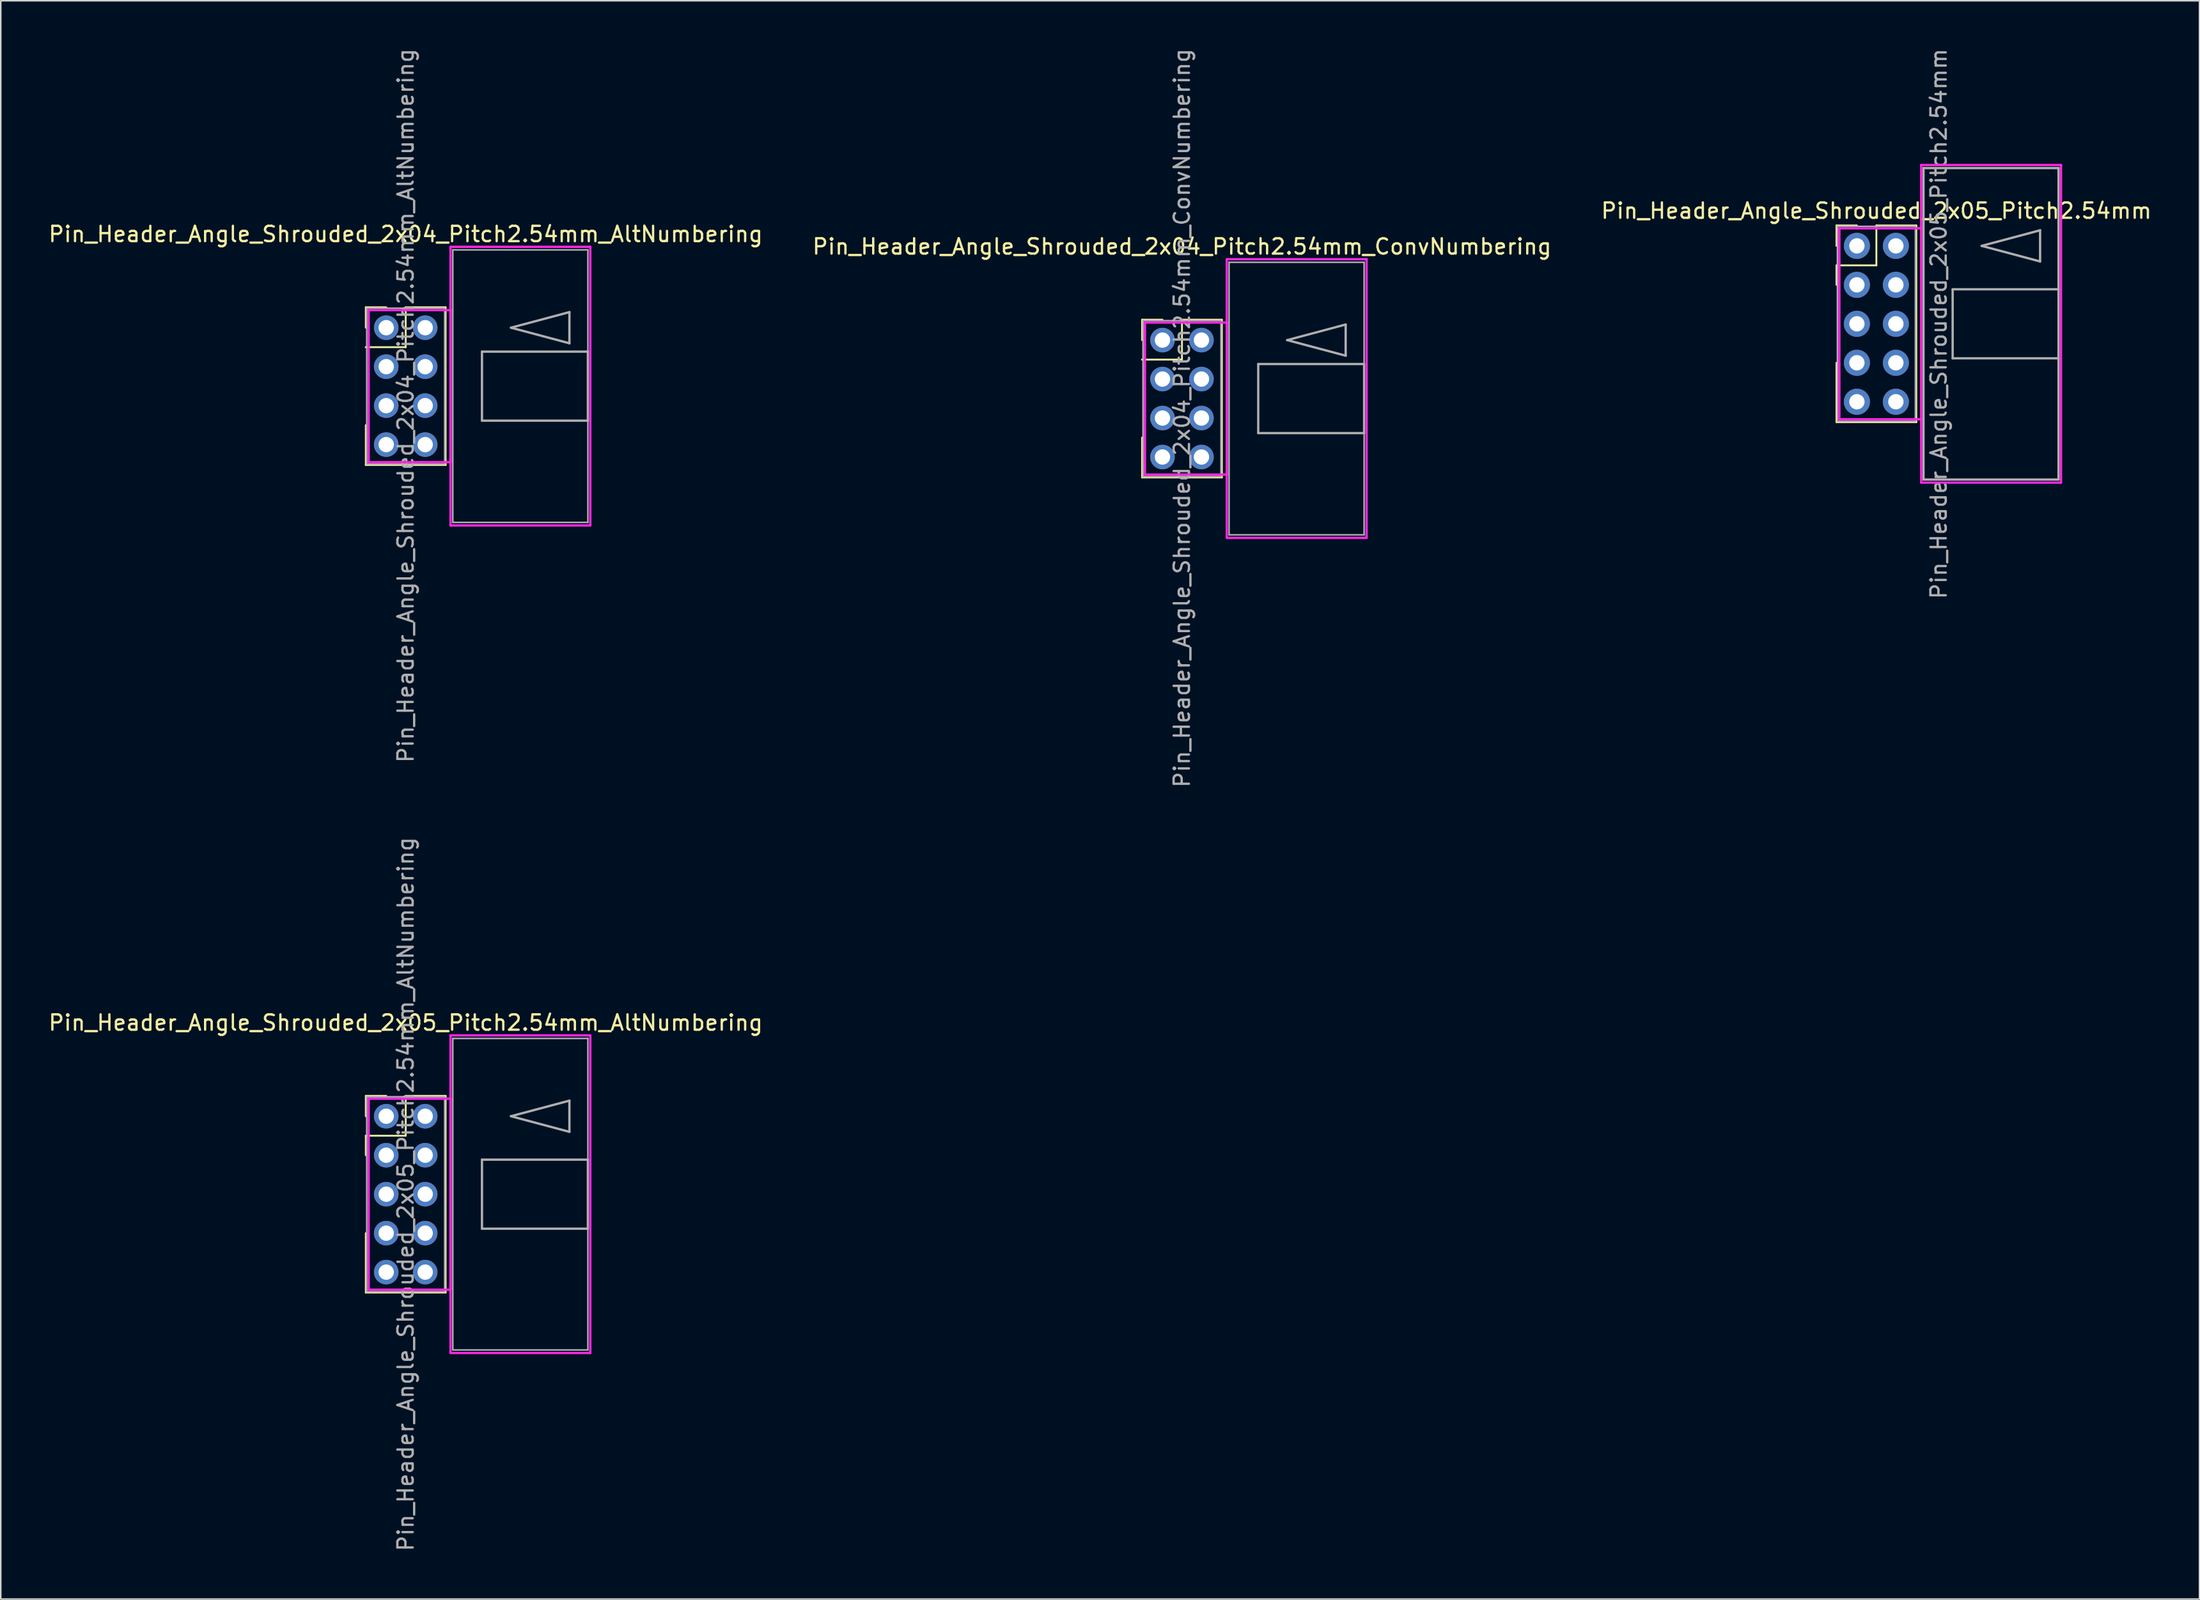
<source format=kicad_pcb>
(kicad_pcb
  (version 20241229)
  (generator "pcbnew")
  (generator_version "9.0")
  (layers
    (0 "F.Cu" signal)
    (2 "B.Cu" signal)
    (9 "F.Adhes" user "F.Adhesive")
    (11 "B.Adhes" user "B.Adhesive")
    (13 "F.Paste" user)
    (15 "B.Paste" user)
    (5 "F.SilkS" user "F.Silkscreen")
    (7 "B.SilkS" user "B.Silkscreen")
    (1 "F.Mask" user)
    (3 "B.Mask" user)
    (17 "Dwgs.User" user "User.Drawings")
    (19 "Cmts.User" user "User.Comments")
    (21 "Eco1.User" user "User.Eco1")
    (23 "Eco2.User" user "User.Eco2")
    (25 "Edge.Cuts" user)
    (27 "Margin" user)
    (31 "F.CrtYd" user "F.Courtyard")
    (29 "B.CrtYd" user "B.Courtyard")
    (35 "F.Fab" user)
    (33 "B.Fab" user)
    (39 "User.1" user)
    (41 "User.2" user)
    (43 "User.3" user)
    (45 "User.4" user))
  (footprint "Pin_Header_Angle_Shrouded_2x04_Pitch2.54mm_AltNumbering"
    (layer "F.Cu")
    (at 22.117 18.307)
    (property "Reference" "Pin_Header_Angle_Shrouded_2x04_Pitch2.54mm_AltNumbering" (at 1.27 -6.096 0) (layer "F.SilkS") (effects (font (size 1 1) (thickness 0.15))))
    (attr through_hole)
    (fp_line (start -1.33 -1.33) (end 0 -1.33) (stroke (width 0.12) (type solid)) (layer "F.SilkS"))
    (fp_line (start -1.33 0) (end -1.33 -1.33) (stroke (width 0.12) (type solid)) (layer "F.SilkS"))
    (fp_line (start -1.33 1.27) (end -1.33 1.27) (stroke (width 0.12) (type solid)) (layer "F.SilkS"))
    (fp_line (start -1.33 1.27) (end 1.27 1.27) (stroke (width 0.12) (type solid)) (layer "F.SilkS"))
    (fp_line (start -1.33 6.35) (end -1.33 8.95) (stroke (width 0.12) (type solid)) (layer "F.SilkS"))
    (fp_line (start -1.33 8.95) (end 3.87 8.95) (stroke (width 0.12) (type solid)) (layer "F.SilkS"))
    (fp_line (start 1.27 -1.33) (end 3.87 -1.33) (stroke (width 0.12) (type solid)) (layer "F.SilkS"))
    (fp_line (start 1.27 1.27) (end 1.27 -1.33) (stroke (width 0.12) (type solid)) (layer "F.SilkS"))
    (fp_line (start 3.87 -1.33) (end 3.87 8.95) (stroke (width 0.12) (type solid)) (layer "F.SilkS"))
    (fp_line (start -1.143 -1.143) (end -1.143 8.763) (stroke (width 0.15) (type solid)) (layer "F.CrtYd"))
    (fp_line (start -1.143 8.763) (end 4.19 8.763) (stroke (width 0.15) (type solid)) (layer "F.CrtYd"))
    (fp_line (start 4.19 -5.27) (end 4.19 12.89) (stroke (width 0.15) (type solid)) (layer "F.CrtYd"))
    (fp_line (start 4.19 -1.143) (end -1.143 -1.143) (stroke (width 0.15) (type solid)) (layer "F.CrtYd"))
    (fp_line (start 4.19 8.763) (end 4.19 -1.143) (stroke (width 0.15) (type solid)) (layer "F.CrtYd"))
    (fp_line (start 4.19 12.89) (end 13.3 12.89) (stroke (width 0.15) (type solid)) (layer "F.CrtYd"))
    (fp_line (start 13.3 -5.27) (end 4.19 -5.27) (stroke (width 0.15) (type solid)) (layer "F.CrtYd"))
    (fp_line (start 13.3 12.89) (end 13.3 -5.27) (stroke (width 0.15) (type solid)) (layer "F.CrtYd"))
    (fp_line (start -1.27 -1.27) (end -1.27 8.89) (stroke (width 0.1) (type solid)) (layer "F.Fab"))
    (fp_line (start -1.27 8.89) (end 3.81 8.89) (stroke (width 0.1) (type solid)) (layer "F.Fab"))
    (fp_line (start 3.81 -1.27) (end -1.27 -1.27) (stroke (width 0.1) (type solid)) (layer "F.Fab"))
    (fp_line (start 3.81 8.89) (end 3.81 -1.27) (stroke (width 0.1) (type solid)) (layer "F.Fab"))
    (fp_line (start 4.34 -5.07) (end 4.34 12.69) (stroke (width 0.1) (type solid)) (layer "F.Fab"))
    (fp_line (start 4.34 12.69) (end 13.14 12.69) (stroke (width 0.1) (type solid)) (layer "F.Fab"))
    (fp_line (start 6.24 1.56) (end 6.24 6.06) (stroke (width 0.15) (type solid)) (layer "F.Fab"))
    (fp_line (start 6.24 6.06) (end 13.14 6.06) (stroke (width 0.15) (type solid)) (layer "F.Fab"))
    (fp_line (start 8.128 0) (end 11.938 -1.016) (stroke (width 0.15) (type solid)) (layer "F.Fab"))
    (fp_line (start 11.938 -1.016) (end 11.938 1.016) (stroke (width 0.15) (type solid)) (layer "F.Fab"))
    (fp_line (start 11.938 1.016) (end 8.128 0) (stroke (width 0.15) (type solid)) (layer "F.Fab"))
    (fp_line (start 13.14 -5.07) (end 4.34 -5.07) (stroke (width 0.1) (type solid)) (layer "F.Fab"))
    (fp_line (start 13.14 1.56) (end 6.24 1.56) (stroke (width 0.15) (type solid)) (layer "F.Fab"))
    (fp_line (start 13.14 6.06) (end 13.14 1.56) (stroke (width 0.15) (type solid)) (layer "F.Fab"))
    (fp_line (start 13.14 12.69) (end 13.14 -5.07) (stroke (width 0.1) (type solid)) (layer "F.Fab"))
    (fp_text user "${REFERENCE}" (at 1.27 5.08 90) (layer "F.Fab") (effects (font (size 1 1) (thickness 0.15))))
    (pad "1" thru_hole oval (at 0 0) (size 1.6 1.6) (drill 1) (layers "*.Cu" "*.Mask"))
    (pad "2" thru_hole oval (at 0 2.54) (size 1.6 1.6) (drill 1) (layers "*.Cu" "*.Mask"))
    (pad "3" thru_hole oval (at 0 5.08) (size 1.6 1.6) (drill 1) (layers "*.Cu" "*.Mask"))
    (pad "4" thru_hole oval (at 0 7.62) (size 1.6 1.6) (drill 1) (layers "*.Cu" "*.Mask"))
    (pad "5" thru_hole oval (at 2.54 0) (size 1.6 1.6) (drill 1) (layers "*.Cu" "*.Mask"))
    (pad "6" thru_hole oval (at 2.54 2.54) (size 1.6 1.6) (drill 1) (layers "*.Cu" "*.Mask"))
    (pad "7" thru_hole oval (at 2.54 5.08) (size 1.6 1.6) (drill 1) (layers "*.Cu" "*.Mask"))
    (pad "8" thru_hole oval (at 2.54 7.62) (size 1.6 1.6) (drill 1) (layers "*.Cu" "*.Mask")))
  (footprint "Pin_Header_Angle_Shrouded_2x05_Pitch2.54mm_AltNumbering"
    (layer "F.Cu")
    (at 22.117 69.7)
    (property "Reference" "Pin_Header_Angle_Shrouded_2x05_Pitch2.54mm_AltNumbering" (at 1.27 -6.096 0) (layer "F.SilkS") (effects (font (size 1 1) (thickness 0.15))))
    (attr through_hole)
    (fp_line (start -1.33 -1.33) (end 0 -1.33) (stroke (width 0.12) (type solid)) (layer "F.SilkS"))
    (fp_line (start -1.33 0) (end -1.33 -1.33) (stroke (width 0.12) (type solid)) (layer "F.SilkS"))
    (fp_line (start -1.33 1.27) (end -1.33 2.54) (stroke (width 0.12) (type solid)) (layer "F.SilkS"))
    (fp_line (start -1.33 1.27) (end 1.27 1.27) (stroke (width 0.12) (type solid)) (layer "F.SilkS"))
    (fp_line (start -1.33 7.62) (end -1.33 11.49) (stroke (width 0.12) (type solid)) (layer "F.SilkS"))
    (fp_line (start -1.33 11.49) (end 3.87 11.49) (stroke (width 0.12) (type solid)) (layer "F.SilkS"))
    (fp_line (start 1.27 -1.33) (end 3.87 -1.33) (stroke (width 0.12) (type solid)) (layer "F.SilkS"))
    (fp_line (start 1.27 1.27) (end 1.27 -1.33) (stroke (width 0.12) (type solid)) (layer "F.SilkS"))
    (fp_line (start 3.87 -1.33) (end 3.87 11.49) (stroke (width 0.12) (type solid)) (layer "F.SilkS"))
    (fp_line (start -1.143 -1.143) (end -1.143 11.303) (stroke (width 0.15) (type solid)) (layer "F.CrtYd"))
    (fp_line (start -1.143 11.303) (end 4.19 11.303) (stroke (width 0.15) (type solid)) (layer "F.CrtYd"))
    (fp_line (start 4.19 -5.27) (end 4.19 15.43) (stroke (width 0.15) (type solid)) (layer "F.CrtYd"))
    (fp_line (start 4.19 -1.143) (end -1.143 -1.143) (stroke (width 0.15) (type solid)) (layer "F.CrtYd"))
    (fp_line (start 4.19 11.303) (end 4.19 -1.143) (stroke (width 0.15) (type solid)) (layer "F.CrtYd"))
    (fp_line (start 4.19 15.43) (end 13.3 15.43) (stroke (width 0.15) (type solid)) (layer "F.CrtYd"))
    (fp_line (start 13.3 -5.27) (end 4.19 -5.27) (stroke (width 0.15) (type solid)) (layer "F.CrtYd"))
    (fp_line (start 13.3 15.43) (end 13.3 -5.27) (stroke (width 0.15) (type solid)) (layer "F.CrtYd"))
    (fp_line (start -1.27 -1.27) (end -1.27 11.43) (stroke (width 0.1) (type solid)) (layer "F.Fab"))
    (fp_line (start -1.27 11.43) (end 3.81 11.43) (stroke (width 0.1) (type solid)) (layer "F.Fab"))
    (fp_line (start 3.81 -1.27) (end -1.27 -1.27) (stroke (width 0.1) (type solid)) (layer "F.Fab"))
    (fp_line (start 3.81 11.43) (end 3.81 -1.27) (stroke (width 0.1) (type solid)) (layer "F.Fab"))
    (fp_line (start 4.34 -5.07) (end 4.34 15.23) (stroke (width 0.1) (type solid)) (layer "F.Fab"))
    (fp_line (start 4.34 15.23) (end 13.14 15.23) (stroke (width 0.1) (type solid)) (layer "F.Fab"))
    (fp_line (start 6.24 2.83) (end 6.24 7.33) (stroke (width 0.15) (type solid)) (layer "F.Fab"))
    (fp_line (start 6.24 7.33) (end 13.14 7.33) (stroke (width 0.15) (type solid)) (layer "F.Fab"))
    (fp_line (start 8.128 0) (end 11.938 -1.016) (stroke (width 0.15) (type solid)) (layer "F.Fab"))
    (fp_line (start 11.938 -1.016) (end 11.938 1.016) (stroke (width 0.15) (type solid)) (layer "F.Fab"))
    (fp_line (start 11.938 1.016) (end 8.128 0) (stroke (width 0.15) (type solid)) (layer "F.Fab"))
    (fp_line (start 13.14 -5.07) (end 4.34 -5.07) (stroke (width 0.1) (type solid)) (layer "F.Fab"))
    (fp_line (start 13.14 2.83) (end 6.24 2.83) (stroke (width 0.15) (type solid)) (layer "F.Fab"))
    (fp_line (start 13.14 7.33) (end 13.14 2.83) (stroke (width 0.15) (type solid)) (layer "F.Fab"))
    (fp_line (start 13.14 15.23) (end 13.14 -5.07) (stroke (width 0.1) (type solid)) (layer "F.Fab"))
    (fp_text user "${REFERENCE}" (at 1.27 5.08 90) (layer "F.Fab") (effects (font (size 1 1) (thickness 0.15))))
    (pad "1" thru_hole oval (at 0 0) (size 1.6 1.6) (drill 1) (layers "*.Cu" "*.Mask"))
    (pad "2" thru_hole oval (at 0 2.54) (size 1.6 1.6) (drill 1) (layers "*.Cu" "*.Mask"))
    (pad "3" thru_hole oval (at 0 5.08) (size 1.6 1.6) (drill 1) (layers "*.Cu" "*.Mask"))
    (pad "4" thru_hole oval (at 0 7.62) (size 1.6 1.6) (drill 1) (layers "*.Cu" "*.Mask"))
    (pad "5" thru_hole oval (at 0 10.16) (size 1.6 1.6) (drill 1) (layers "*.Cu" "*.Mask"))
    (pad "6" thru_hole oval (at 2.54 0) (size 1.6 1.6) (drill 1) (layers "*.Cu" "*.Mask"))
    (pad "7" thru_hole oval (at 2.54 2.54) (size 1.6 1.6) (drill 1) (layers "*.Cu" "*.Mask"))
    (pad "8" thru_hole oval (at 2.54 5.08) (size 1.6 1.6) (drill 1) (layers "*.Cu" "*.Mask"))
    (pad "9" thru_hole oval (at 2.54 7.62) (size 1.6 1.6) (drill 1) (layers "*.Cu" "*.Mask"))
    (pad "10" thru_hole oval (at 2.54 10.16) (size 1.6 1.6) (drill 1) (layers "*.Cu" "*.Mask")))
  (footprint "Pin_Header_Angle_Shrouded_2x04_Pitch2.54mm_ConvNumbering"
    (layer "F.Cu")
    (at 72.7 19.116)
    (property "Reference" "Pin_Header_Angle_Shrouded_2x04_Pitch2.54mm_ConvNumbering" (at 1.27 -6.096 0) (layer "F.SilkS") (effects (font (size 1 1) (thickness 0.15))))
    (attr through_hole)
    (fp_line (start -1.33 -1.33) (end 0 -1.33) (stroke (width 0.12) (type solid)) (layer "F.SilkS"))
    (fp_line (start -1.33 0) (end -1.33 -1.33) (stroke (width 0.12) (type solid)) (layer "F.SilkS"))
    (fp_line (start -1.33 1.27) (end -1.33 1.27) (stroke (width 0.12) (type solid)) (layer "F.SilkS"))
    (fp_line (start -1.33 1.27) (end 1.27 1.27) (stroke (width 0.12) (type solid)) (layer "F.SilkS"))
    (fp_line (start -1.33 6.35) (end -1.33 8.95) (stroke (width 0.12) (type solid)) (layer "F.SilkS"))
    (fp_line (start -1.33 8.95) (end 3.87 8.95) (stroke (width 0.12) (type solid)) (layer "F.SilkS"))
    (fp_line (start 1.27 -1.33) (end 3.87 -1.33) (stroke (width 0.12) (type solid)) (layer "F.SilkS"))
    (fp_line (start 1.27 1.27) (end 1.27 -1.33) (stroke (width 0.12) (type solid)) (layer "F.SilkS"))
    (fp_line (start 3.87 -1.33) (end 3.87 8.95) (stroke (width 0.12) (type solid)) (layer "F.SilkS"))
    (fp_line (start -1.143 -1.143) (end -1.143 8.763) (stroke (width 0.15) (type solid)) (layer "F.CrtYd"))
    (fp_line (start -1.143 8.763) (end 4.19 8.763) (stroke (width 0.15) (type solid)) (layer "F.CrtYd"))
    (fp_line (start 4.19 -5.27) (end 4.19 12.89) (stroke (width 0.15) (type solid)) (layer "F.CrtYd"))
    (fp_line (start 4.19 -1.143) (end -1.143 -1.143) (stroke (width 0.15) (type solid)) (layer "F.CrtYd"))
    (fp_line (start 4.19 8.763) (end 4.19 -1.143) (stroke (width 0.15) (type solid)) (layer "F.CrtYd"))
    (fp_line (start 4.19 12.89) (end 13.3 12.89) (stroke (width 0.15) (type solid)) (layer "F.CrtYd"))
    (fp_line (start 13.3 -5.27) (end 4.19 -5.27) (stroke (width 0.15) (type solid)) (layer "F.CrtYd"))
    (fp_line (start 13.3 12.89) (end 13.3 -5.27) (stroke (width 0.15) (type solid)) (layer "F.CrtYd"))
    (fp_line (start -1.27 -1.27) (end -1.27 8.89) (stroke (width 0.1) (type solid)) (layer "F.Fab"))
    (fp_line (start -1.27 8.89) (end 3.81 8.89) (stroke (width 0.1) (type solid)) (layer "F.Fab"))
    (fp_line (start 3.81 -1.27) (end -1.27 -1.27) (stroke (width 0.1) (type solid)) (layer "F.Fab"))
    (fp_line (start 3.81 8.89) (end 3.81 -1.27) (stroke (width 0.1) (type solid)) (layer "F.Fab"))
    (fp_line (start 4.34 -5.07) (end 4.34 12.69) (stroke (width 0.1) (type solid)) (layer "F.Fab"))
    (fp_line (start 4.34 12.69) (end 13.14 12.69) (stroke (width 0.1) (type solid)) (layer "F.Fab"))
    (fp_line (start 6.24 1.56) (end 6.24 6.06) (stroke (width 0.15) (type solid)) (layer "F.Fab"))
    (fp_line (start 6.24 6.06) (end 13.14 6.06) (stroke (width 0.15) (type solid)) (layer "F.Fab"))
    (fp_line (start 8.128 0) (end 11.938 -1.016) (stroke (width 0.15) (type solid)) (layer "F.Fab"))
    (fp_line (start 11.938 -1.016) (end 11.938 1.016) (stroke (width 0.15) (type solid)) (layer "F.Fab"))
    (fp_line (start 11.938 1.016) (end 8.128 0) (stroke (width 0.15) (type solid)) (layer "F.Fab"))
    (fp_line (start 13.14 -5.07) (end 4.34 -5.07) (stroke (width 0.1) (type solid)) (layer "F.Fab"))
    (fp_line (start 13.14 1.56) (end 6.24 1.56) (stroke (width 0.15) (type solid)) (layer "F.Fab"))
    (fp_line (start 13.14 6.06) (end 13.14 1.56) (stroke (width 0.15) (type solid)) (layer "F.Fab"))
    (fp_line (start 13.14 12.69) (end 13.14 -5.07) (stroke (width 0.1) (type solid)) (layer "F.Fab"))
    (fp_text user "${REFERENCE}" (at 1.27 5.08 90) (layer "F.Fab") (effects (font (size 1 1) (thickness 0.15))))
    (pad "1" thru_hole oval (at 0 0) (size 1.6 1.6) (drill 1) (layers "*.Cu" "*.Mask"))
    (pad "2" thru_hole oval (at 2.54 0) (size 1.6 1.6) (drill 1) (layers "*.Cu" "*.Mask"))
    (pad "3" thru_hole oval (at 0 2.54) (size 1.6 1.6) (drill 1) (layers "*.Cu" "*.Mask"))
    (pad "4" thru_hole oval (at 2.54 2.54) (size 1.6 1.6) (drill 1) (layers "*.Cu" "*.Mask"))
    (pad "5" thru_hole oval (at 0 5.08) (size 1.6 1.6) (drill 1) (layers "*.Cu" "*.Mask"))
    (pad "6" thru_hole oval (at 2.54 5.08) (size 1.6 1.6) (drill 1) (layers "*.Cu" "*.Mask"))
    (pad "7" thru_hole oval (at 0 7.62) (size 1.6 1.6) (drill 1) (layers "*.Cu" "*.Mask"))
    (pad "8" thru_hole oval (at 2.54 7.62) (size 1.6 1.6) (drill 1) (layers "*.Cu" "*.Mask")))
  (footprint "Pin_Header_Angle_Shrouded_2x05_Pitch2.54mm"
    (layer "F.Cu")
    (at 117.95 12.974)
    (property "Reference" "Pin_Header_Angle_Shrouded_2x05_Pitch2.54mm" (at 1.27 -2.286 0) (layer "F.SilkS") (effects (font (size 1 1) (thickness 0.15))))
    (attr through_hole)
    (fp_line (start -1.33 -1.33) (end 0 -1.33) (stroke (width 0.12) (type solid)) (layer "F.SilkS"))
    (fp_line (start -1.33 0) (end -1.33 -1.33) (stroke (width 0.12) (type solid)) (layer "F.SilkS"))
    (fp_line (start -1.33 1.27) (end -1.33 2.54) (stroke (width 0.12) (type solid)) (layer "F.SilkS"))
    (fp_line (start -1.33 1.27) (end 1.27 1.27) (stroke (width 0.12) (type solid)) (layer "F.SilkS"))
    (fp_line (start -1.33 7.62) (end -1.33 11.49) (stroke (width 0.12) (type solid)) (layer "F.SilkS"))
    (fp_line (start -1.33 11.49) (end 3.87 11.49) (stroke (width 0.12) (type solid)) (layer "F.SilkS"))
    (fp_line (start 1.27 -1.33) (end 3.87 -1.33) (stroke (width 0.12) (type solid)) (layer "F.SilkS"))
    (fp_line (start 1.27 1.27) (end 1.27 -1.33) (stroke (width 0.12) (type solid)) (layer "F.SilkS"))
    (fp_line (start 3.87 -1.33) (end 3.87 11.49) (stroke (width 0.12) (type solid)) (layer "F.SilkS"))
    (fp_line (start -1.143 -1.143) (end -1.143 11.303) (stroke (width 0.15) (type solid)) (layer "F.CrtYd"))
    (fp_line (start -1.143 11.303) (end 4.19 11.303) (stroke (width 0.15) (type solid)) (layer "F.CrtYd"))
    (fp_line (start 4.19 -5.27) (end 4.19 15.43) (stroke (width 0.15) (type solid)) (layer "F.CrtYd"))
    (fp_line (start 4.19 -1.143) (end -1.143 -1.143) (stroke (width 0.15) (type solid)) (layer "F.CrtYd"))
    (fp_line (start 4.19 15.43) (end 13.3 15.43) (stroke (width 0.15) (type solid)) (layer "F.CrtYd"))
    (fp_line (start 13.3 -5.27) (end 4.19 -5.27) (stroke (width 0.15) (type solid)) (layer "F.CrtYd"))
    (fp_line (start 13.3 15.43) (end 13.3 -5.27) (stroke (width 0.15) (type solid)) (layer "F.CrtYd"))
    (fp_line (start -1.27 -1.27) (end 3.81 -1.27) (stroke (width 0.1) (type solid)) (layer "F.Fab"))
    (fp_line (start -1.27 11.43) (end -1.27 -1.27) (stroke (width 0.1) (type solid)) (layer "F.Fab"))
    (fp_line (start 3.81 -1.27) (end 3.81 11.43) (stroke (width 0.1) (type solid)) (layer "F.Fab"))
    (fp_line (start 3.81 11.43) (end -1.27 11.43) (stroke (width 0.1) (type solid)) (layer "F.Fab"))
    (fp_line (start 4.34 -5.07) (end 4.34 15.23) (stroke (width 0.15) (type solid)) (layer "F.Fab"))
    (fp_line (start 6.24 2.83) (end 13.14 2.83) (stroke (width 0.15) (type solid)) (layer "F.Fab"))
    (fp_line (start 6.24 7.33) (end 6.24 2.83) (stroke (width 0.15) (type solid)) (layer "F.Fab"))
    (fp_line (start 8.128 0) (end 11.938 -1.016) (stroke (width 0.15) (type solid)) (layer "F.Fab"))
    (fp_line (start 11.938 -1.016) (end 11.938 1.016) (stroke (width 0.15) (type solid)) (layer "F.Fab"))
    (fp_line (start 11.938 1.016) (end 8.128 0) (stroke (width 0.15) (type solid)) (layer "F.Fab"))
    (fp_line (start 13.14 -5.07) (end 4.34 -5.07) (stroke (width 0.15) (type solid)) (layer "F.Fab"))
    (fp_line (start 13.14 -5.07) (end 13.14 15.23) (stroke (width 0.15) (type solid)) (layer "F.Fab"))
    (fp_line (start 13.14 7.33) (end 6.24 7.33) (stroke (width 0.15) (type solid)) (layer "F.Fab"))
    (fp_line (start 13.14 15.23) (end 4.34 15.23) (stroke (width 0.15) (type solid)) (layer "F.Fab"))
    (fp_text user "${REFERENCE}" (at 5.334 5.08 90) (layer "F.Fab") (effects (font (size 1 1) (thickness 0.15))))
    (pad "1" thru_hole circle (at 0 0) (size 1.7 1.7) (drill 1) (layers "*.Cu" "*.Mask"))
    (pad "2" thru_hole oval (at 2.54 0) (size 1.7 1.7) (drill 1) (layers "*.Cu" "*.Mask"))
    (pad "3" thru_hole oval (at 0 2.54) (size 1.7 1.7) (drill 1) (layers "*.Cu" "*.Mask"))
    (pad "4" thru_hole oval (at 2.54 2.54) (size 1.7 1.7) (drill 1) (layers "*.Cu" "*.Mask"))
    (pad "5" thru_hole oval (at 0 5.08) (size 1.7 1.7) (drill 1) (layers "*.Cu" "*.Mask"))
    (pad "6" thru_hole oval (at 2.54 5.08) (size 1.7 1.7) (drill 1) (layers "*.Cu" "*.Mask"))
    (pad "7" thru_hole oval (at 0 7.62) (size 1.7 1.7) (drill 1) (layers "*.Cu" "*.Mask"))
    (pad "8" thru_hole oval (at 2.54 7.62) (size 1.7 1.7) (drill 1) (layers "*.Cu" "*.Mask"))
    (pad "9" thru_hole oval (at 0 10.16) (size 1.7 1.7) (drill 1) (layers "*.Cu" "*.Mask"))
    (pad "10" thru_hole oval (at 2.54 10.16) (size 1.7 1.7) (drill 1) (layers "*.Cu" "*.Mask")))
  (gr_rect
    (start -3 -3)
    (end 140.274 101.167)
    (stroke (width 0.1) (type default))
    (fill no)
    (layer "Edge.Cuts")))
</source>
